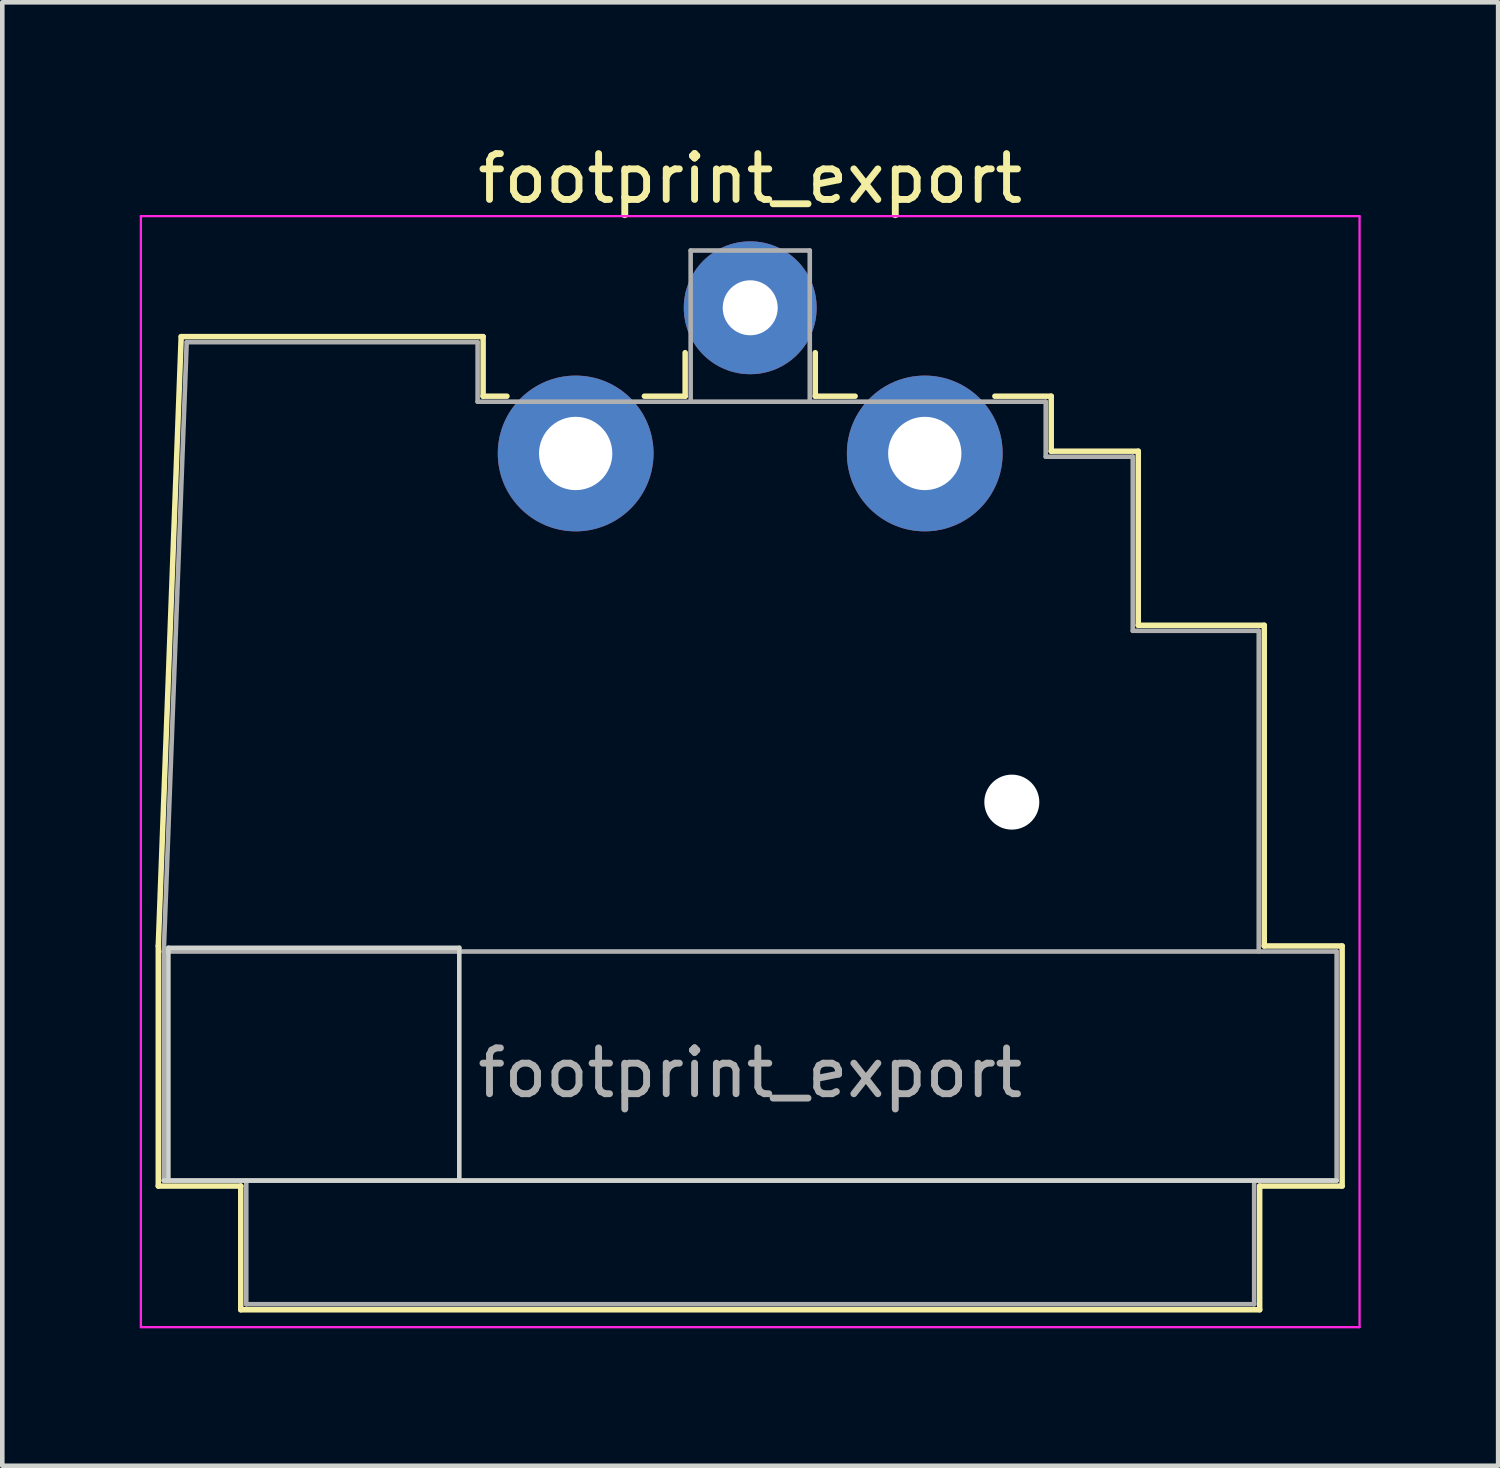
<source format=kicad_pcb>
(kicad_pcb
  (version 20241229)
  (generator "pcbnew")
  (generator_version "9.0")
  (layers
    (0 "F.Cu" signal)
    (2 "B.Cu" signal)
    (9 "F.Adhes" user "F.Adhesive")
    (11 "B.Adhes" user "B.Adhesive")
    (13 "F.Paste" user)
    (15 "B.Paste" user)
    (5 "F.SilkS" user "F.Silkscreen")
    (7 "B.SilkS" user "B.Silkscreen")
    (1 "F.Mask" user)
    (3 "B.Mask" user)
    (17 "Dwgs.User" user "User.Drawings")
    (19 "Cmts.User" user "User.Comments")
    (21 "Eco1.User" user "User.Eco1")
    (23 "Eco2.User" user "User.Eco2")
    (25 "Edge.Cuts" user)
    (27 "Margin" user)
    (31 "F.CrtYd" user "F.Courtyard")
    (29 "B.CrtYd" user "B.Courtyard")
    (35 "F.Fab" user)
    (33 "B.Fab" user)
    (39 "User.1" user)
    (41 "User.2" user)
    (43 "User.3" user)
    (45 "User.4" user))
  (footprint "footprint_export"
    (layer "F.Cu")
    (at 9.515 6.848)
    (property "Reference" "footprint_export" (at 3.81 -6 0) (layer "F.SilkS") (effects (font (size 1 1) (thickness 0.15))))
    (attr through_hole)
    (fp_line (start -9.11 10.75) (end -8.61 -2.55) (stroke (width 0.12) (type solid)) (layer "F.SilkS"))
    (fp_line (start -9.11 15.99) (end -9.11 10.75) (stroke (width 0.12) (type solid)) (layer "F.SilkS"))
    (fp_line (start -8.61 -2.55) (end -2.02 -2.55) (stroke (width 0.12) (type solid)) (layer "F.SilkS"))
    (fp_line (start -7.31 15.99) (end -9.11 15.99) (stroke (width 0.12) (type solid)) (layer "F.SilkS"))
    (fp_line (start -7.31 15.99) (end -7.31 18.69) (stroke (width 0.12) (type solid)) (layer "F.SilkS"))
    (fp_line (start -2.02 -2.55) (end -2.02 -1.25) (stroke (width 0.12) (type solid)) (layer "F.SilkS"))
    (fp_line (start -2.02 -1.25) (end -1.5 -1.25) (stroke (width 0.12) (type solid)) (layer "F.SilkS"))
    (fp_line (start 1.5 -1.25) (end 2.39 -1.25) (stroke (width 0.12) (type solid)) (layer "F.SilkS"))
    (fp_line (start 2.39 -1.25) (end 2.39 -2.2) (stroke (width 0.12) (type solid)) (layer "F.SilkS"))
    (fp_line (start 5.23 -1.25) (end 5.23 -2.2) (stroke (width 0.12) (type solid)) (layer "F.SilkS"))
    (fp_line (start 5.23 -1.25) (end 6.1 -1.25) (stroke (width 0.12) (type solid)) (layer "F.SilkS"))
    (fp_line (start 9.15 -1.25) (end 10.38 -1.25) (stroke (width 0.12) (type solid)) (layer "F.SilkS"))
    (fp_line (start 10.38 -0.05) (end 10.38 -1.25) (stroke (width 0.12) (type solid)) (layer "F.SilkS"))
    (fp_line (start 10.38 -0.05) (end 12.28 -0.05) (stroke (width 0.12) (type solid)) (layer "F.SilkS"))
    (fp_line (start 12.28 3.75) (end 12.28 -0.05) (stroke (width 0.12) (type solid)) (layer "F.SilkS"))
    (fp_line (start 12.28 3.75) (end 15.03 3.75) (stroke (width 0.12) (type solid)) (layer "F.SilkS"))
    (fp_line (start 14.93 15.99) (end 14.93 18.69) (stroke (width 0.12) (type solid)) (layer "F.SilkS"))
    (fp_line (start 14.93 18.69) (end -7.31 18.69) (stroke (width 0.12) (type solid)) (layer "F.SilkS"))
    (fp_line (start 15.03 10.75) (end 15.03 3.75) (stroke (width 0.12) (type solid)) (layer "F.SilkS"))
    (fp_line (start 15.03 10.75) (end 16.73 10.75) (stroke (width 0.12) (type solid)) (layer "F.SilkS"))
    (fp_line (start 16.73 15.99) (end 14.93 15.99) (stroke (width 0.12) (type solid)) (layer "F.SilkS"))
    (fp_line (start 16.73 15.99) (end 16.73 10.75) (stroke (width 0.12) (type solid)) (layer "F.SilkS"))
    (fp_line (start -8.89 10.79) (end -8.89 15.87) (stroke (width 0.1) (type solid)) (layer "Edge.Cuts"))
    (fp_line (start -2.54 10.79) (end -8.89 10.79) (stroke (width 0.1) (type solid)) (layer "Edge.Cuts"))
    (fp_line (start -2.54 15.87) (end -2.54 10.79) (stroke (width 0.1) (type solid)) (layer "Edge.Cuts"))
    (fp_line (start 16.61 15.87) (end -8.99 15.87) (stroke (width 0.1) (type solid)) (layer "Edge.Cuts"))
    (fp_line (start -9.49 19.07) (end -9.49 -5.18) (stroke (width 0.05) (type solid)) (layer "F.CrtYd"))
    (fp_line (start 17.11 -5.18) (end -9.49 -5.18) (stroke (width 0.05) (type solid)) (layer "F.CrtYd"))
    (fp_line (start 17.11 19.07) (end -9.49 19.07) (stroke (width 0.05) (type solid)) (layer "F.CrtYd"))
    (fp_line (start 17.11 19.07) (end 17.11 -5.18) (stroke (width 0.05) (type solid)) (layer "F.CrtYd"))
    (fp_line (start -8.99 10.87) (end 16.61 10.87) (stroke (width 0.1) (type solid)) (layer "F.Fab"))
    (fp_line (start -8.99 15.87) (end -8.99 10.87) (stroke (width 0.1) (type solid)) (layer "F.Fab"))
    (fp_line (start -8.49 -2.43) (end -8.99 10.87) (stroke (width 0.1) (type solid)) (layer "F.Fab"))
    (fp_line (start -8.49 -2.43) (end -2.14 -2.43) (stroke (width 0.1) (type solid)) (layer "F.Fab"))
    (fp_line (start -7.19 18.57) (end -7.19 15.87) (stroke (width 0.1) (type solid)) (layer "F.Fab"))
    (fp_line (start -2.14 -1.13) (end -2.14 -2.43) (stroke (width 0.1) (type solid)) (layer "F.Fab"))
    (fp_line (start -2.14 -1.13) (end 10.26 -1.13) (stroke (width 0.1) (type solid)) (layer "F.Fab"))
    (fp_line (start 2.51 -4.43) (end 2.51 -1.13) (stroke (width 0.1) (type solid)) (layer "F.Fab"))
    (fp_line (start 2.51 -4.43) (end 5.11 -4.43) (stroke (width 0.1) (type solid)) (layer "F.Fab"))
    (fp_line (start 5.11 -4.43) (end 5.11 -1.13) (stroke (width 0.1) (type solid)) (layer "F.Fab"))
    (fp_line (start 10.26 -1.13) (end 10.26 0.07) (stroke (width 0.1) (type solid)) (layer "F.Fab"))
    (fp_line (start 10.26 0.07) (end 12.16 0.07) (stroke (width 0.1) (type solid)) (layer "F.Fab"))
    (fp_line (start 12.16 0.07) (end 12.16 3.87) (stroke (width 0.1) (type solid)) (layer "F.Fab"))
    (fp_line (start 12.16 3.87) (end 14.91 3.87) (stroke (width 0.1) (type solid)) (layer "F.Fab"))
    (fp_line (start 14.81 15.87) (end 14.81 18.57) (stroke (width 0.1) (type solid)) (layer "F.Fab"))
    (fp_line (start 14.81 18.57) (end -7.19 18.57) (stroke (width 0.1) (type solid)) (layer "F.Fab"))
    (fp_line (start 14.91 3.87) (end 14.91 10.87) (stroke (width 0.1) (type solid)) (layer "F.Fab"))
    (fp_line (start 16.61 10.87) (end 16.61 15.87) (stroke (width 0.1) (type solid)) (layer "F.Fab"))
    (fp_line (start 16.61 15.87) (end -8.99 15.87) (stroke (width 0.1) (type solid)) (layer "F.Fab"))
    (fp_text user "${REFERENCE}" (at 3.81 13.52 0) (layer "F.Fab") (effects (font (size 1 1) (thickness 0.15))))
    (pad "" np_thru_hole circle (at 9.52 7.61) (size 1.2 1.2) (drill 1.2) (layers "*.Cu" "*.Mask"))
    (pad "1" thru_hole circle (at 0 0) (size 3.4 3.4) (drill 1.6) (layers "*.Cu" "*.Mask"))
    (pad "2" thru_hole circle (at 3.81 -3.18) (size 2.9 2.9) (drill 1.2) (layers "*.Cu" "*.Mask"))
    (pad "3" thru_hole circle (at 7.62 0) (size 3.4 3.4) (drill 1.6) (layers "*.Cu" "*.Mask")))
  (gr_rect
    (start -3 -3)
    (end 29.65 28.943)
    (stroke (width 0.1) (type default))
    (fill no)
    (layer "Edge.Cuts")))
</source>
